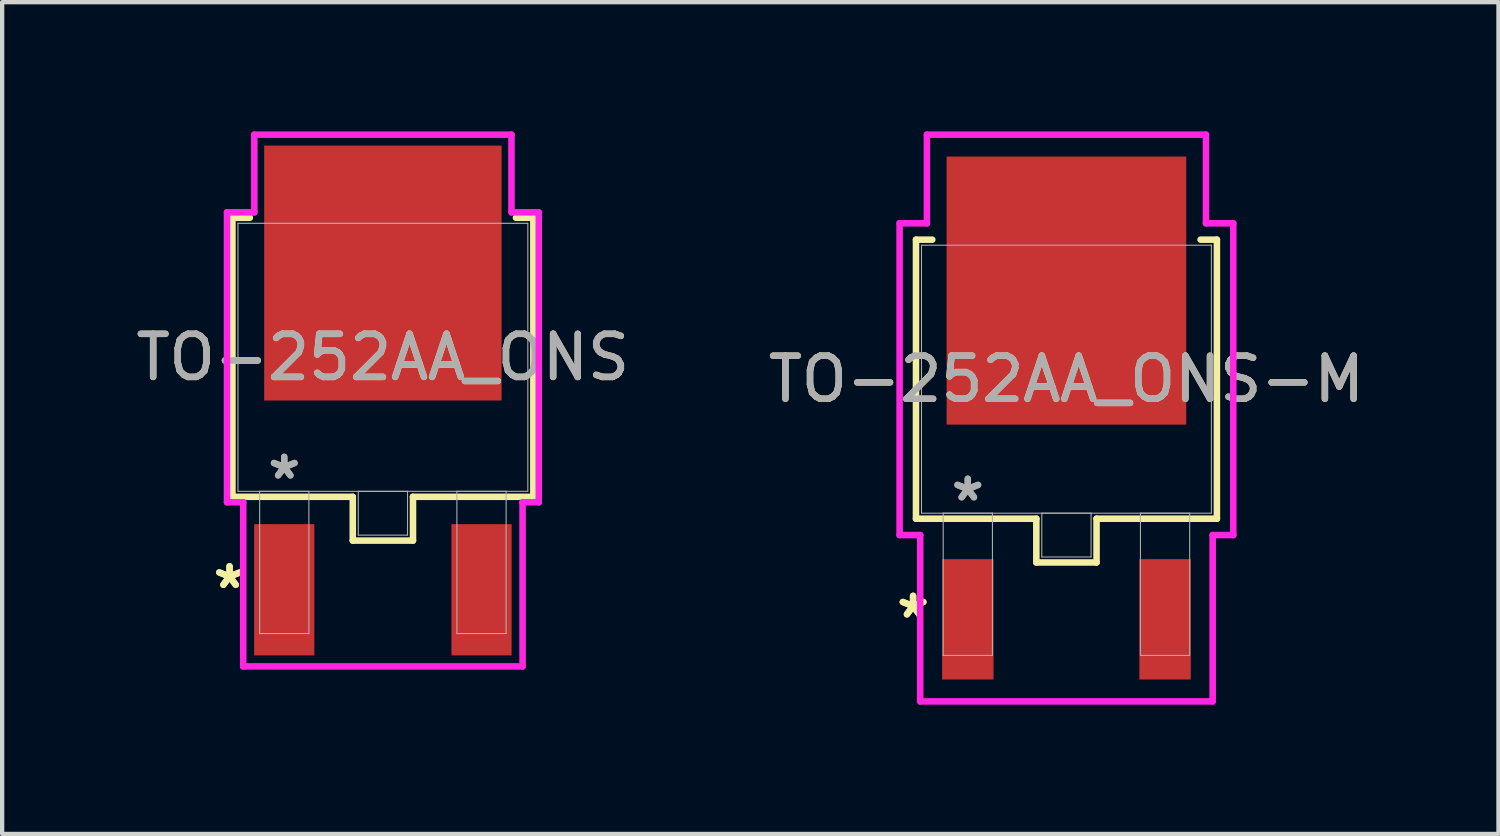
<source format=kicad_pcb>
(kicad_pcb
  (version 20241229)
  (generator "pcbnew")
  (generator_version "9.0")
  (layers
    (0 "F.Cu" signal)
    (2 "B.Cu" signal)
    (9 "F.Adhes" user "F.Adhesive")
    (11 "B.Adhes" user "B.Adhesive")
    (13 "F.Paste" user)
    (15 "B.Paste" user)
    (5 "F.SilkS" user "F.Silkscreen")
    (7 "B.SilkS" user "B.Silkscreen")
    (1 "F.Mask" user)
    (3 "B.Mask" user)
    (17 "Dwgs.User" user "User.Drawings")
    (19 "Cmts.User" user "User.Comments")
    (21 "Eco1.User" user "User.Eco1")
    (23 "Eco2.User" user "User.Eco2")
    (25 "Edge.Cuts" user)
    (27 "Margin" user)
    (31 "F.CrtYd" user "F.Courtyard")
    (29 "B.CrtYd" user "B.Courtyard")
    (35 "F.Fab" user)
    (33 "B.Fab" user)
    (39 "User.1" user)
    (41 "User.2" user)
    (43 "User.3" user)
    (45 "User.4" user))
  (footprint "TO-252AA_ONS-M"
    (layer "F.Cu")
    (at 21.708 5.753)
    (property "Reference" "TO-252AA_ONS-M" (at 0 0 0) (unlocked yes) (layer "F.SilkS") (effects (font (size 1 1) (thickness 0.15))))
    (attr smd)
    (fp_line (start -3.493 -3.239) (end -3.493 3.239) (stroke (width 0.152) (type solid)) (layer "F.SilkS"))
    (fp_line (start -3.493 3.239) (end -0.699 3.239) (stroke (width 0.152) (type solid)) (layer "F.SilkS"))
    (fp_line (start -3.114 -3.239) (end -3.493 -3.239) (stroke (width 0.152) (type solid)) (layer "F.SilkS"))
    (fp_line (start -0.699 3.239) (end -0.699 4.255) (stroke (width 0.152) (type solid)) (layer "F.SilkS"))
    (fp_line (start -0.699 4.255) (end 0.699 4.255) (stroke (width 0.152) (type solid)) (layer "F.SilkS"))
    (fp_line (start 0.699 3.239) (end 3.493 3.239) (stroke (width 0.152) (type solid)) (layer "F.SilkS"))
    (fp_line (start 0.699 4.255) (end 0.699 3.239) (stroke (width 0.152) (type solid)) (layer "F.SilkS"))
    (fp_line (start 3.493 -3.239) (end 3.114 -3.239) (stroke (width 0.152) (type solid)) (layer "F.SilkS"))
    (fp_line (start 3.493 3.239) (end 3.493 -3.239) (stroke (width 0.152) (type solid)) (layer "F.SilkS"))
    (fp_line (start -3.873 -3.619) (end -3.239 -3.619) (stroke (width 0.152) (type solid)) (layer "F.CrtYd"))
    (fp_line (start -3.873 3.619) (end -3.873 -3.619) (stroke (width 0.152) (type solid)) (layer "F.CrtYd"))
    (fp_line (start -3.395 3.619) (end -3.873 3.619) (stroke (width 0.152) (type solid)) (layer "F.CrtYd"))
    (fp_line (start -3.395 7.48) (end -3.395 3.619) (stroke (width 0.152) (type solid)) (layer "F.CrtYd"))
    (fp_line (start -3.239 -5.677) (end 3.239 -5.677) (stroke (width 0.152) (type solid)) (layer "F.CrtYd"))
    (fp_line (start -3.239 -3.619) (end -3.239 -5.677) (stroke (width 0.152) (type solid)) (layer "F.CrtYd"))
    (fp_line (start 3.239 -5.677) (end 3.239 -3.619) (stroke (width 0.152) (type solid)) (layer "F.CrtYd"))
    (fp_line (start 3.239 -3.619) (end 3.873 -3.619) (stroke (width 0.152) (type solid)) (layer "F.CrtYd"))
    (fp_line (start 3.395 3.619) (end 3.395 7.48) (stroke (width 0.152) (type solid)) (layer "F.CrtYd"))
    (fp_line (start 3.395 7.48) (end -3.395 7.48) (stroke (width 0.152) (type solid)) (layer "F.CrtYd"))
    (fp_line (start 3.873 -3.619) (end 3.873 3.619) (stroke (width 0.152) (type solid)) (layer "F.CrtYd"))
    (fp_line (start 3.873 3.619) (end 3.395 3.619) (stroke (width 0.152) (type solid)) (layer "F.CrtYd"))
    (fp_line (start -3.365 -3.111) (end -3.365 3.111) (stroke (width 0.025) (type solid)) (layer "F.Fab"))
    (fp_line (start -3.365 3.111) (end 3.365 3.111) (stroke (width 0.025) (type solid)) (layer "F.Fab"))
    (fp_line (start -2.861 3.111) (end -2.861 6.413) (stroke (width 0.025) (type solid)) (layer "F.Fab"))
    (fp_line (start -2.861 6.413) (end -1.718 6.413) (stroke (width 0.025) (type solid)) (layer "F.Fab"))
    (fp_line (start -1.718 3.111) (end -2.861 3.111) (stroke (width 0.025) (type solid)) (layer "F.Fab"))
    (fp_line (start -1.718 6.413) (end -1.718 3.111) (stroke (width 0.025) (type solid)) (layer "F.Fab"))
    (fp_line (start -0.572 3.111) (end -0.572 4.128) (stroke (width 0.025) (type solid)) (layer "F.Fab"))
    (fp_line (start -0.572 4.128) (end 0.572 4.128) (stroke (width 0.025) (type solid)) (layer "F.Fab"))
    (fp_line (start 0.572 3.111) (end -0.572 3.111) (stroke (width 0.025) (type solid)) (layer "F.Fab"))
    (fp_line (start 0.572 4.128) (end 0.572 3.111) (stroke (width 0.025) (type solid)) (layer "F.Fab"))
    (fp_line (start 1.718 3.111) (end 1.718 6.413) (stroke (width 0.025) (type solid)) (layer "F.Fab"))
    (fp_line (start 1.718 6.413) (end 2.861 6.413) (stroke (width 0.025) (type solid)) (layer "F.Fab"))
    (fp_line (start 2.861 3.111) (end 1.718 3.111) (stroke (width 0.025) (type solid)) (layer "F.Fab"))
    (fp_line (start 2.861 6.413) (end 2.861 3.111) (stroke (width 0.025) (type solid)) (layer "F.Fab"))
    (fp_line (start 3.365 -3.111) (end -3.365 -3.111) (stroke (width 0.025) (type solid)) (layer "F.Fab"))
    (fp_line (start 3.365 3.111) (end 3.365 -3.111) (stroke (width 0.025) (type solid)) (layer "F.Fab"))
    (fp_text user "*" (at -3.56 5.575 0) (layer "F.SilkS") (effects (font (size 1 1) (thickness 0.15))))
    (fp_text user "*" (at -3.56 5.575 0) (unlocked yes) (layer "F.SilkS") (effects (font (size 1 1) (thickness 0.15))))
    (fp_text user "*" (at -2.29 2.857 0) (layer "F.Fab") (effects (font (size 1 1) (thickness 0.15))))
    (fp_text user "${REFERENCE}" (at 0 0 0) (unlocked yes) (layer "F.Fab") (effects (font (size 1 1) (thickness 0.15))))
    (fp_text user "*" (at -2.29 2.857 0) (unlocked yes) (layer "F.Fab") (effects (font (size 1 1) (thickness 0.15))))
    (pad "1" smd rect (at -2.29 5.575) (size 1.194 2.794) (layers "F.Cu" "F.Mask" "F.Paste"))
    (pad "2" smd rect (at 0 -2.057) (size 5.563 6.223) (layers "F.Cu" "F.Mask" "F.Paste"))
    (pad "3" smd rect (at 2.29 5.575) (size 1.194 2.794) (layers "F.Cu" "F.Mask" "F.Paste")))
  (footprint "TO-252AA_ONS"
    (layer "F.Cu")
    (at 5.839 5.245)
    (property "Reference" "TO-252AA_ONS" (at 0 0 0) (unlocked yes) (layer "F.SilkS") (effects (font (size 1 1) (thickness 0.15))))
    (attr smd)
    (fp_line (start -3.493 -3.239) (end -3.493 3.239) (stroke (width 0.152) (type solid)) (layer "F.SilkS"))
    (fp_line (start -3.493 3.239) (end -0.699 3.239) (stroke (width 0.152) (type solid)) (layer "F.SilkS"))
    (fp_line (start -3.089 -3.239) (end -3.493 -3.239) (stroke (width 0.152) (type solid)) (layer "F.SilkS"))
    (fp_line (start -0.699 3.239) (end -0.699 4.255) (stroke (width 0.152) (type solid)) (layer "F.SilkS"))
    (fp_line (start -0.699 4.255) (end 0.699 4.255) (stroke (width 0.152) (type solid)) (layer "F.SilkS"))
    (fp_line (start 0.699 3.239) (end 3.493 3.239) (stroke (width 0.152) (type solid)) (layer "F.SilkS"))
    (fp_line (start 0.699 4.255) (end 0.699 3.239) (stroke (width 0.152) (type solid)) (layer "F.SilkS"))
    (fp_line (start 3.493 -3.239) (end 3.089 -3.239) (stroke (width 0.152) (type solid)) (layer "F.SilkS"))
    (fp_line (start 3.493 3.239) (end 3.493 -3.239) (stroke (width 0.152) (type solid)) (layer "F.SilkS"))
    (fp_line (start -3.619 -3.365) (end -2.985 -3.365) (stroke (width 0.152) (type solid)) (layer "F.CrtYd"))
    (fp_line (start -3.619 3.365) (end -3.619 -3.365) (stroke (width 0.152) (type solid)) (layer "F.CrtYd"))
    (fp_line (start -3.243 3.365) (end -3.619 3.365) (stroke (width 0.152) (type solid)) (layer "F.CrtYd"))
    (fp_line (start -3.243 7.176) (end -3.243 3.365) (stroke (width 0.152) (type solid)) (layer "F.CrtYd"))
    (fp_line (start -2.985 -5.169) (end 2.985 -5.169) (stroke (width 0.152) (type solid)) (layer "F.CrtYd"))
    (fp_line (start -2.985 -3.365) (end -2.985 -5.169) (stroke (width 0.152) (type solid)) (layer "F.CrtYd"))
    (fp_line (start 2.985 -5.169) (end 2.985 -3.365) (stroke (width 0.152) (type solid)) (layer "F.CrtYd"))
    (fp_line (start 2.985 -3.365) (end 3.619 -3.365) (stroke (width 0.152) (type solid)) (layer "F.CrtYd"))
    (fp_line (start 3.243 3.365) (end 3.243 7.176) (stroke (width 0.152) (type solid)) (layer "F.CrtYd"))
    (fp_line (start 3.243 7.176) (end -3.243 7.176) (stroke (width 0.152) (type solid)) (layer "F.CrtYd"))
    (fp_line (start 3.619 -3.365) (end 3.619 3.365) (stroke (width 0.152) (type solid)) (layer "F.CrtYd"))
    (fp_line (start 3.619 3.365) (end 3.243 3.365) (stroke (width 0.152) (type solid)) (layer "F.CrtYd"))
    (fp_line (start -3.365 -3.111) (end -3.365 3.111) (stroke (width 0.025) (type solid)) (layer "F.Fab"))
    (fp_line (start -3.365 3.111) (end 3.365 3.111) (stroke (width 0.025) (type solid)) (layer "F.Fab"))
    (fp_line (start -2.861 3.111) (end -2.861 6.413) (stroke (width 0.025) (type solid)) (layer "F.Fab"))
    (fp_line (start -2.861 6.413) (end -1.718 6.413) (stroke (width 0.025) (type solid)) (layer "F.Fab"))
    (fp_line (start -1.718 3.111) (end -2.861 3.111) (stroke (width 0.025) (type solid)) (layer "F.Fab"))
    (fp_line (start -1.718 6.413) (end -1.718 3.111) (stroke (width 0.025) (type solid)) (layer "F.Fab"))
    (fp_line (start -0.572 3.111) (end -0.572 4.128) (stroke (width 0.025) (type solid)) (layer "F.Fab"))
    (fp_line (start -0.572 4.128) (end 0.572 4.128) (stroke (width 0.025) (type solid)) (layer "F.Fab"))
    (fp_line (start 0.572 3.111) (end -0.572 3.111) (stroke (width 0.025) (type solid)) (layer "F.Fab"))
    (fp_line (start 0.572 4.128) (end 0.572 3.111) (stroke (width 0.025) (type solid)) (layer "F.Fab"))
    (fp_line (start 1.718 3.111) (end 1.718 6.413) (stroke (width 0.025) (type solid)) (layer "F.Fab"))
    (fp_line (start 1.718 6.413) (end 2.861 6.413) (stroke (width 0.025) (type solid)) (layer "F.Fab"))
    (fp_line (start 2.861 3.111) (end 1.718 3.111) (stroke (width 0.025) (type solid)) (layer "F.Fab"))
    (fp_line (start 2.861 6.413) (end 2.861 3.111) (stroke (width 0.025) (type solid)) (layer "F.Fab"))
    (fp_line (start 3.365 -3.111) (end -3.365 -3.111) (stroke (width 0.025) (type solid)) (layer "F.Fab"))
    (fp_line (start 3.365 3.111) (end 3.365 -3.111) (stroke (width 0.025) (type solid)) (layer "F.Fab"))
    (fp_text user "*" (at -3.56 5.397 0) (layer "F.SilkS") (effects (font (size 1 1) (thickness 0.15))))
    (fp_text user "*" (at -3.56 5.397 0) (unlocked yes) (layer "F.SilkS") (effects (font (size 1 1) (thickness 0.15))))
    (fp_text user "*" (at -2.29 2.857 0) (layer "F.Fab") (effects (font (size 1 1) (thickness 0.15))))
    (fp_text user "*" (at -2.29 2.857 0) (unlocked yes) (layer "F.Fab") (effects (font (size 1 1) (thickness 0.15))))
    (fp_text user "${REFERENCE}" (at 0 0 0) (unlocked yes) (layer "F.Fab") (effects (font (size 1 1) (thickness 0.15))))
    (pad "1" smd rect (at -2.29 5.397) (size 1.397 3.048) (layers "F.Cu" "F.Mask" "F.Paste"))
    (pad "2" smd rect (at 0 -1.956) (size 5.512 5.918) (layers "F.Cu" "F.Mask" "F.Paste"))
    (pad "3" smd rect (at 2.29 5.397) (size 1.397 3.048) (layers "F.Cu" "F.Mask" "F.Paste")))
  (gr_rect
    (start -3 -3)
    (end 31.738 16.31)
    (stroke (width 0.1) (type default))
    (fill no)
    (layer "Edge.Cuts")))
</source>
